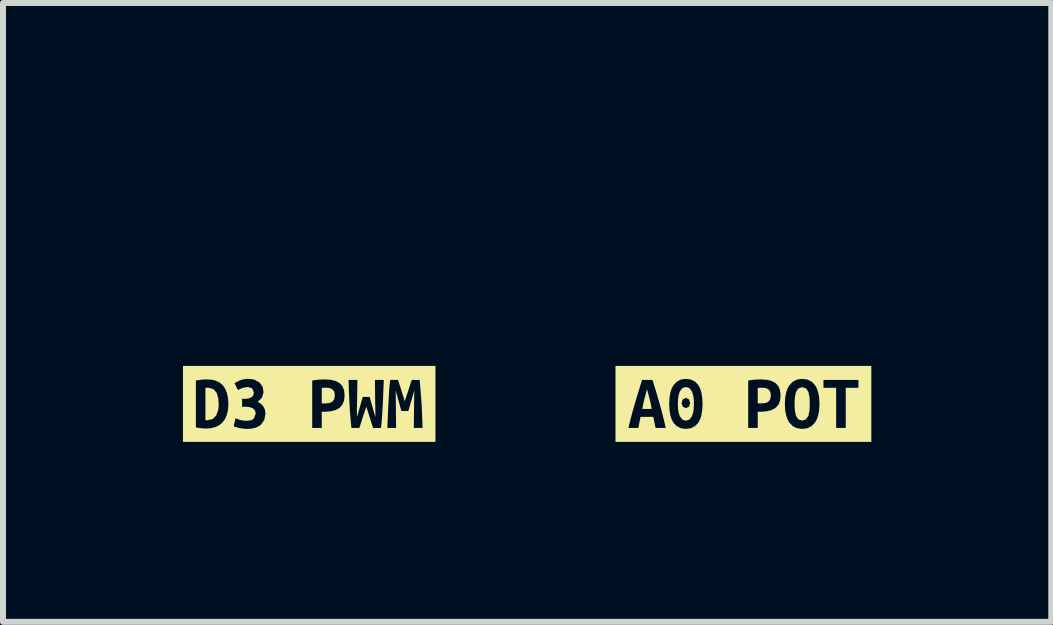
<source format=kicad_pcb>
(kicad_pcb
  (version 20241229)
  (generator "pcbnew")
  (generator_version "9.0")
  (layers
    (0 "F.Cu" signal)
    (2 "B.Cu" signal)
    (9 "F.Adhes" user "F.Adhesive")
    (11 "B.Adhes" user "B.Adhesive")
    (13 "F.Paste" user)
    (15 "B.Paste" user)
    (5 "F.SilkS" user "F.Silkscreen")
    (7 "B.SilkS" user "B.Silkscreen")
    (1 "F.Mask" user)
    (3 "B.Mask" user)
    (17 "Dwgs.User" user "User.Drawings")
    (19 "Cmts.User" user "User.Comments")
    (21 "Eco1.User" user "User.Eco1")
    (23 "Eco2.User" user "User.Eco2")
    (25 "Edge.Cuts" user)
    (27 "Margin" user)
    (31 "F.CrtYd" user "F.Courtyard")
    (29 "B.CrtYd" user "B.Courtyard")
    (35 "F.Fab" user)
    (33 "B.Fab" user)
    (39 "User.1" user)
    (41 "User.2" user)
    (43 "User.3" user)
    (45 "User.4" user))
  (footprint "kibuzzard-681CE705"
    (layer "F.Cu")
    (at 2.104 3.682)
    (property "Reference" "kibuzzard-681CE705" (at 0 -3.681 0) (layer "F.SilkS") (effects (font (size 0.001 0.001) (thickness 0.15))))
    (attr board_only exclude_from_pos_files exclude_from_bom)
    (fp_poly (pts (xy 0.288 -0.27) (xy 0.248 -0.269) (xy 0.209 -0.266) (xy 0.209 -0.008) (xy 0.273 -0.008) (xy 0.34 -0.015) (xy 0.388 -0.038) (xy 0.417 -0.079) (xy 0.427 -0.142) (xy 0.418 -0.202) (xy 0.389 -0.241) (xy 0.345 -0.263) (xy 0.288 -0.27)) (stroke (width 0) (type solid)) (fill yes) (layer "F.SilkS"))
    (fp_poly (pts (xy -1.73 0.271) (xy -1.716 0.273) (xy -1.701 0.273) (xy -1.61 0.252) (xy -1.551 0.195) (xy -1.519 0.109) (xy -1.511 0.057) (xy -1.509 0) (xy -1.517 -0.101) (xy -1.544 -0.187) (xy -1.597 -0.247) (xy -1.683 -0.27) (xy -1.707 -0.269) (xy -1.73 -0.266) (xy -1.73 0.271)) (stroke (width 0) (type solid)) (fill yes) (layer "F.SilkS"))
    (fp_poly (pts (xy -1.889 -0.633) (xy -2.104 -0.633) (xy -2.104 0.633) (xy -1.889 0.633) (xy -1.718 0.633) (xy -1.718 0.411) (xy -1.802 0.406) (xy -1.889 0.392) (xy -1.889 -0.389) (xy -1.787 -0.405) (xy -1.698 -0.408) (xy -1.622 -0.403) (xy -1.553 -0.385) (xy -1.493 -0.355) (xy -1.443 -0.312) (xy -1.403 -0.256) (xy -1.373 -0.185) (xy -1.354 -0.101) (xy -1.347 0) (xy -1.354 0.103) (xy -1.375 0.189) (xy -1.408 0.26) (xy -1.452 0.317) (xy -1.506 0.359) (xy -1.569 0.388) (xy -1.64 0.405) (xy -1.718 0.411) (xy -1.718 0.633) (xy -1.037 0.633) (xy -1.037 0.417) (xy -1.1 0.413) (xy -1.163 0.402) (xy -1.219 0.388) (xy -1.259 0.374) (xy -1.228 0.24) (xy -1.152 0.268) (xy -1.1 0.278) (xy -1.038 0.282) (xy -0.969 0.273) (xy -0.924 0.247) (xy -0.891 0.16) (xy -0.904 0.106) (xy -0.942 0.072) (xy -0.999 0.053) (xy -1.069 0.047) (xy -1.119 0.047) (xy -1.119 -0.085) (xy -1.059 -0.085) (xy -1.01 -0.09) (xy -0.966 -0.107) (xy -0.934 -0.138) (xy -0.922 -0.187) (xy -0.949 -0.257) (xy -1.022 -0.282) (xy -1.111 -0.267) (xy -1.188 -0.23) (xy -1.245 -0.346) (xy -1.153 -0.394) (xy -1.092 -0.411) (xy -1.023 -0.417) (xy -0.96 -0.413) (xy -0.906 -0.401) (xy -0.824 -0.353) (xy -0.776 -0.282) (xy -0.761 -0.193) (xy -0.788 -0.101) (xy -0.86 -0.034) (xy -0.805 -0.002) (xy -0.764 0.043) (xy -0.738 0.098) (xy -0.73 0.163) (xy -0.748 0.265) (xy -0.803 0.346) (xy -0.846 0.376) (xy -0.899 0.399) (xy -0.963 0.413) (xy -1.037 0.417) (xy -1.037 0.633) (xy 0.209 0.633) (xy 0.209 0.401) (xy 0.05 0.401) (xy 0.05 -0.389) (xy 0.102 -0.398) (xy 0.161 -0.404) (xy 0.219 -0.407) (xy 0.269 -0.408) (xy 0.364 -0.401) (xy 0.442 -0.381) (xy 0.506 -0.346) (xy 0.553 -0.295) (xy 0.581 -0.227) (xy 0.59 -0.141) (xy 0.581 -0.054) (xy 0.552 0.015) (xy 0.505 0.067) (xy 0.441 0.102) (xy 0.361 0.123) (xy 0.266 0.131) (xy 0.209 0.131) (xy 0.209 0.401) (xy 0.209 0.633) (xy 1.197 0.633) (xy 1.197 0.401) (xy 1.066 0.401) (xy 1.037 0.316) (xy 1.009 0.226) (xy 0.98 0.134) (xy 0.952 0.047) (xy 0.923 0.132) (xy 0.892 0.224) (xy 0.863 0.316) (xy 0.836 0.401) (xy 0.704 0.401) (xy 0.694 0.309) (xy 0.686 0.211) (xy 0.678 0.111) (xy 0.672 0.008) (xy 0.667 -0.095) (xy 0.662 -0.198) (xy 0.659 -0.301) (xy 0.656 -0.399) (xy 0.803 -0.399) (xy 0.802 -0.322) (xy 0.801 -0.242) (xy 0.799 -0.16) (xy 0.798 -0.079) (xy 0.797 0.000323) (xy 0.795 0.078) (xy 0.795 0.153) (xy 0.794 0.222) (xy 0.821 0.132) (xy 0.849 0.035) (xy 0.874 -0.053) (xy 0.892 -0.116) (xy 1.009 -0.116) (xy 1.024 -0.056) (xy 1.047 0.025) (xy 1.074 0.119) (xy 1.103 0.222) (xy 1.103 0.153) (xy 1.102 0.078) (xy 1.1 0.000485) (xy 1.099 -0.079) (xy 1.098 -0.159) (xy 1.097 -0.241) (xy 1.096 -0.322) (xy 1.095 -0.399) (xy 1.243 -0.399) (xy 1.239 -0.3) (xy 1.235 -0.197) (xy 1.231 -0.093) (xy 1.226 0.01) (xy 1.22 0.112) (xy 1.214 0.212) (xy 1.206 0.309) (xy 1.197 0.401) (xy 1.197 0.633) (xy 1.889 0.633) (xy 1.889 0.401) (xy 1.743 0.401) (xy 1.751 -0.221) (xy 1.652 0.118) (xy 1.536 0.118) (xy 1.442 -0.221) (xy 1.448 0.401) (xy 1.302 0.401) (xy 1.306 0.3) (xy 1.311 0.196) (xy 1.315 0.091) (xy 1.32 -0.014) (xy 1.326 -0.117) (xy 1.332 -0.217) (xy 1.34 -0.312) (xy 1.349 -0.399) (xy 1.48 -0.399) (xy 1.503 -0.33) (xy 1.532 -0.238) (xy 1.563 -0.138) (xy 1.593 -0.045) (xy 1.625 -0.144) (xy 1.658 -0.242) (xy 1.686 -0.331) (xy 1.709 -0.399) (xy 1.841 -0.399) (xy 1.85 -0.296) (xy 1.858 -0.195) (xy 1.866 -0.096) (xy 1.873 0.002) (xy 1.878 0.1) (xy 1.882 0.198) (xy 1.886 0.298) (xy 1.889 0.401) (xy 1.889 0.633) (xy 2.104 0.633) (xy 2.104 -0.633) (xy 1.889 -0.633) (xy -1.889 -0.633)) (stroke (width 0) (type solid)) (fill yes) (layer "F.SilkS")))
  (footprint "kibuzzard-681CE710"
    (layer "F.Cu")
    (at 9.341 3.682)
    (property "Reference" "kibuzzard-681CE710" (at 0 -3.681 0) (layer "F.SilkS") (effects (font (size 0.001 0.001) (thickness 0.15))))
    (attr board_only exclude_from_pos_files exclude_from_bom)
    (fp_poly (pts (xy -1.606 -0.244) (xy -1.63 -0.158) (xy -1.651 -0.078) (xy -1.669 0.001) (xy -1.685 0.084) (xy -1.529 0.084) (xy -1.544 0.001) (xy -1.562 -0.078) (xy -1.583 -0.158) (xy -1.606 -0.244)) (stroke (width 0) (type solid)) (fill yes) (layer "F.SilkS"))
    (fp_poly (pts (xy 0.318 -0.27) (xy 0.279 -0.269) (xy 0.239 -0.266) (xy 0.239 -0.008) (xy 0.304 -0.008) (xy 0.371 -0.015) (xy 0.419 -0.038) (xy 0.448 -0.079) (xy 0.458 -0.142) (xy 0.448 -0.202) (xy 0.419 -0.241) (xy 0.375 -0.263) (xy 0.318 -0.27)) (stroke (width 0) (type solid)) (fill yes) (layer "F.SilkS"))
    (fp_poly (pts (xy 0.853 0) (xy 0.854 0.056) (xy 0.858 0.109) (xy 0.876 0.198) (xy 0.914 0.257) (xy 0.98 0.279) (xy 1.045 0.257) (xy 1.084 0.197) (xy 1.102 0.109) (xy 1.105 0.056) (xy 1.106 0) (xy 1.105 -0.056) (xy 1.102 -0.109) (xy 1.084 -0.198) (xy 1.046 -0.257) (xy 0.98 -0.279) (xy 0.914 -0.257) (xy 0.876 -0.197) (xy 0.858 -0.109) (xy 0.854 -0.056) (xy 0.853 0)) (stroke (width 0) (type solid)) (fill yes) (layer "F.SilkS"))
    (fp_poly (pts (xy -0.825 -0.001) (xy -0.828 -0.085) (xy -0.84 -0.155) (xy -0.859 -0.21) (xy -0.901 -0.264) (xy -0.959 -0.282) (xy -1.016 -0.264) (xy -1.058 -0.21) (xy -1.078 -0.155) (xy -1.089 -0.085) (xy -1.093 -0.001) (xy -1.089 0.084) (xy -1.078 0.154) (xy -1.058 0.209) (xy -1.016 0.263) (xy -0.959 0.28) (xy -0.958 0.28) (xy -0.958 0.071) (xy -1.011 0.046) (xy -1.03 -0.014) (xy -1.011 -0.075) (xy -0.958 -0.101) (xy -0.907 -0.075) (xy -0.887 -0.014) (xy -0.907 0.046) (xy -0.958 0.071) (xy -0.958 0.28) (xy -0.901 0.263) (xy -0.859 0.209) (xy -0.84 0.154) (xy -0.828 0.084) (xy -0.825 -0.001)) (stroke (width 0) (type solid)) (fill yes) (layer "F.SilkS"))
    (fp_poly (pts (xy -1.917 -0.633) (xy -2.132 -0.633) (xy -2.132 0.633) (xy -1.917 0.633) (xy -1.464 0.633) (xy -1.464 0.401) (xy -1.502 0.216) (xy -1.715 0.216) (xy -1.751 0.401) (xy -1.917 0.401) (xy -1.894 0.308) (xy -1.871 0.218) (xy -1.848 0.132) (xy -1.825 0.049) (xy -1.802 -0.03) (xy -1.773 -0.126) (xy -1.744 -0.22) (xy -1.717 -0.311) (xy -1.689 -0.399) (xy -1.516 -0.399) (xy -1.488 -0.31) (xy -1.459 -0.218) (xy -1.431 -0.124) (xy -1.403 -0.026) (xy -1.381 0.054) (xy -1.358 0.136) (xy -1.337 0.222) (xy -1.315 0.31) (xy -1.294 0.401) (xy -1.464 0.401) (xy -1.464 0.633) (xy -0.959 0.633) (xy -0.959 0.417) (xy -1.042 0.406) (xy -1.111 0.371) (xy -1.166 0.314) (xy -1.197 0.256) (xy -1.219 0.184) (xy -1.232 0.098) (xy -1.237 -0.001) (xy -1.232 -0.099) (xy -1.219 -0.184) (xy -1.196 -0.256) (xy -1.164 -0.314) (xy -1.109 -0.371) (xy -1.041 -0.406) (xy -0.959 -0.417) (xy -0.876 -0.406) (xy -0.807 -0.372) (xy -0.752 -0.315) (xy -0.721 -0.257) (xy -0.699 -0.185) (xy -0.686 -0.1) (xy -0.681 -0.001) (xy -0.686 0.098) (xy -0.699 0.184) (xy -0.721 0.256) (xy -0.752 0.314) (xy -0.807 0.371) (xy -0.876 0.406) (xy -0.959 0.417) (xy -0.959 0.633) (xy 0.239 0.633) (xy 0.239 0.401) (xy 0.08 0.401) (xy 0.08 -0.389) (xy 0.132 -0.398) (xy 0.191 -0.404) (xy 0.249 -0.407) (xy 0.3 -0.408) (xy 0.394 -0.401) (xy 0.473 -0.381) (xy 0.536 -0.346) (xy 0.583 -0.295) (xy 0.611 -0.227) (xy 0.62 -0.141) (xy 0.611 -0.054) (xy 0.583 0.015) (xy 0.536 0.067) (xy 0.471 0.102) (xy 0.392 0.123) (xy 0.296 0.131) (xy 0.239 0.131) (xy 0.239 0.401) (xy 0.239 0.633) (xy 0.981 0.633) (xy 0.981 0.417) (xy 0.894 0.406) (xy 0.823 0.371) (xy 0.766 0.312) (xy 0.733 0.253) (xy 0.71 0.181) (xy 0.696 0.097) (xy 0.691 0) (xy 0.696 -0.097) (xy 0.711 -0.181) (xy 0.734 -0.253) (xy 0.768 -0.312) (xy 0.825 -0.371) (xy 0.896 -0.406) (xy 0.98 -0.417) (xy 1.066 -0.406) (xy 1.138 -0.371) (xy 1.194 -0.312) (xy 1.226 -0.253) (xy 1.249 -0.181) (xy 1.263 -0.097) (xy 1.268 0) (xy 1.263 0.097) (xy 1.249 0.181) (xy 1.226 0.253) (xy 1.193 0.312) (xy 1.136 0.371) (xy 1.065 0.406) (xy 0.981 0.417) (xy 0.981 0.633) (xy 1.706 0.633) (xy 1.706 0.401) (xy 1.546 0.401) (xy 1.546 -0.268) (xy 1.335 -0.268) (xy 1.335 -0.399) (xy 1.917 -0.399) (xy 1.917 -0.268) (xy 1.706 -0.268) (xy 1.706 0.401) (xy 1.706 0.633) (xy 1.917 0.633) (xy 2.132 0.633) (xy 2.132 -0.633) (xy 1.917 -0.633) (xy -1.917 -0.633)) (stroke (width 0) (type solid)) (fill yes) (layer "F.SilkS")))
  (gr_rect
    (start -3 -3)
    (end 14.473 7.315)
    (stroke (width 0.1) (type default))
    (fill no)
    (layer "Edge.Cuts")))
</source>
